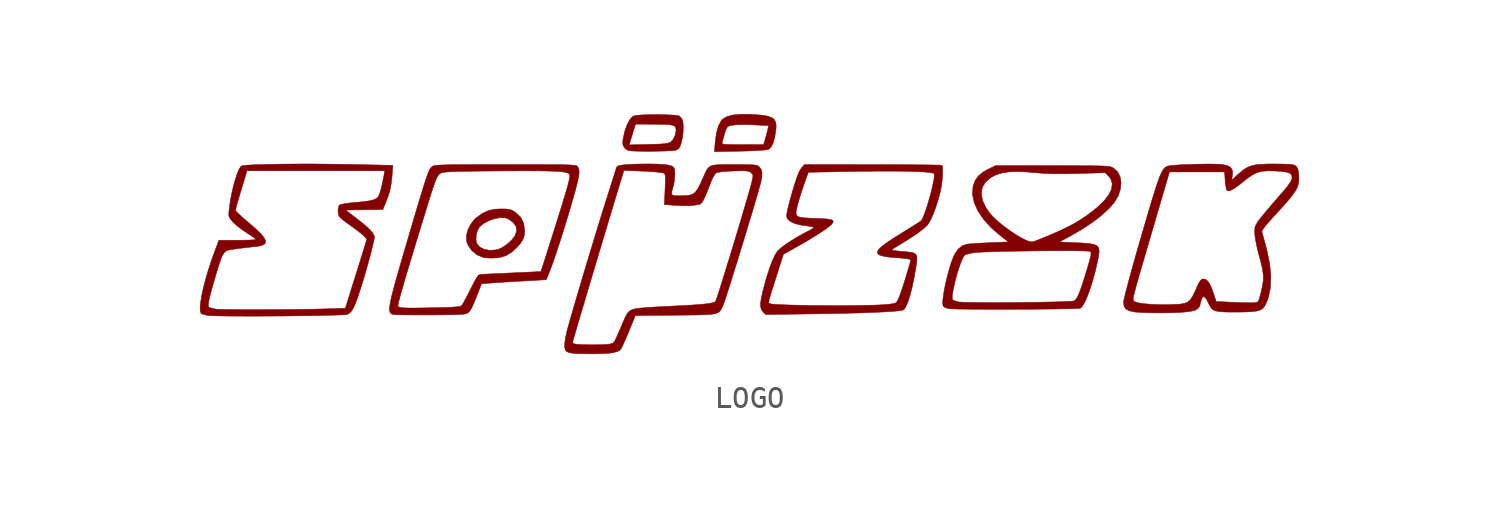
<source format=kicad_sym>
(kicad_symbol_lib
  (version 20210619)
  (generator bitmap2component)
  (symbol "LOGO"
    (pin_names
      (offset 1.016))
    (property "Reference" "#G"
      (at 0 6.457 0)
      (effects (font (size 1.27 1.27)) hide))
    (symbol "LOGO_0_0"
      (polyline (pts (xy -6.611 -6.019) (xy -6.338 -6.006) (xy -6.136 -5.987) (xy -6.021 -5.967) (xy -5.833 -5.913) (xy -5.728 -5.839) (xy -5.711 -5.814) (xy -5.65 -5.699) (xy -5.565 -5.518) (xy -5.465 -5.291) (xy -5.358 -5.037) (xy -5.07 -4.335) (xy -3.295 -4.318) (xy -3.138 -4.316) (xy -2.678 -4.312) (xy -2.306 -4.307) (xy -2.01 -4.299) (xy -1.781 -4.285) (xy -1.609 -4.264) (xy -1.482 -4.233) (xy -1.391 -4.189) (xy -1.326 -4.131) (xy -1.276 -4.057) (xy -1.232 -3.963) (xy -1.181 -3.848) (xy -1.169 -3.818) (xy -1.122 -3.684) (xy -1.051 -3.469) (xy -0.959 -3.185) (xy -0.851 -2.844) (xy -0.73 -2.457) (xy -0.598 -2.035) (xy -0.461 -1.59) (xy -0.321 -1.133) (xy -0.182 -0.676) (xy -0.047 -0.23) (xy 0.08 0.193) (xy 0.196 0.583) (xy 0.297 0.926) (xy 0.38 1.214) (xy 0.441 1.432) (xy 0.477 1.571) (xy 0.517 1.778) (xy 0.526 1.98) (xy 0.485 2.13) (xy 0.393 2.247) (xy 0.357 2.274) (xy 0.301 2.299) (xy 0.215 2.316) (xy 0.086 2.328) (xy -0.101 2.335) (xy -0.359 2.338) (xy -0.704 2.339) (xy -0.902 2.339) (xy -1.217 2.337) (xy -1.453 2.329) (xy -1.627 2.307) (xy -1.751 2.267) (xy -1.842 2.201) (xy -1.913 2.105) (xy -1.98 1.972) (xy -2.058 1.796) (xy -2.083 1.738) (xy -2.211 1.457) (xy -2.318 1.254) (xy -2.421 1.115) (xy -2.535 1.029) (xy -2.677 0.983) (xy -2.862 0.964) (xy -3.106 0.959) (xy -3.134 0.958) (xy -3.322 0.961) (xy -3.429 0.986) (xy -3.468 1.052) (xy -3.453 1.176) (xy -3.394 1.379) (xy -3.365 1.496) (xy -3.334 1.706) (xy -3.322 1.915) (xy -3.33 2.091) (xy -3.362 2.201) (xy -3.365 2.206) (xy -3.441 2.266) (xy -3.582 2.311) (xy -3.795 2.341) (xy -4.09 2.358) (xy -4.476 2.364) (xy -4.904 2.36) (xy -5.267 2.349) (xy -5.542 2.33) (xy -5.735 2.303) (xy -5.852 2.266) (xy -5.9 2.219) (xy -5.903 2.207) (xy -5.932 2.113) (xy -5.987 1.939) (xy -6.063 1.699) (xy -6.156 1.404) (xy -6.262 1.069) (xy -6.378 0.704) (xy -6.435 0.524) (xy -6.583 0.049) (xy -6.748 -0.484) (xy -6.923 -1.059) (xy -7.105 -1.658) (xy -7.287 -2.264) (xy -7.465 -2.86) (xy -7.634 -3.429) (xy -7.788 -3.953) (xy -7.922 -4.416) (xy -8.031 -4.8) (xy -8.084 -4.997) (xy -8.159 -5.334) (xy -8.184 -5.525) (xy -7.846 -5.525) (xy -7.842 -5.509) (xy -7.814 -5.408) (xy -7.761 -5.225) (xy -7.686 -4.968) (xy -7.591 -4.646) (xy -7.48 -4.27) (xy -7.354 -3.846) (xy -7.217 -3.385) (xy -7.072 -2.896) (xy -6.92 -2.387) (xy -6.765 -1.868) (xy -6.609 -1.347) (xy -6.455 -0.834) (xy -6.306 -0.338) (xy -6.165 0.133) (xy -6.033 0.569) (xy -5.915 0.962) (xy -5.812 1.301) (xy -5.727 1.579) (xy -5.574 2.078) (xy -4.746 2.045) (xy -4.557 2.036) (xy -4.289 2.02) (xy -4.065 2) (xy -3.903 1.98) (xy -3.822 1.961) (xy -3.788 1.938) (xy -3.761 1.897) (xy -3.746 1.823) (xy -3.741 1.701) (xy -3.745 1.512) (xy -3.757 1.239) (xy -3.787 0.568) (xy -3.256 0.532) (xy -3.221 0.53) (xy -2.925 0.516) (xy -2.687 0.518) (xy -2.47 0.539) (xy -2.235 0.58) (xy -2.199 0.594) (xy -2.137 0.65) (xy -2.068 0.757) (xy -1.986 0.926) (xy -1.884 1.169) (xy -1.758 1.496) (xy -1.673 1.703) (xy -1.576 1.883) (xy -1.493 1.972) (xy -1.403 1.997) (xy -1.231 2.021) (xy -0.999 2.04) (xy -0.729 2.053) (xy -0.595 2.057) (xy -0.361 2.061) (xy -0.199 2.057) (xy -0.092 2.043) (xy -0.019 2.018) (xy 0.038 1.98) (xy 0.051 1.968) (xy 0.105 1.914) (xy 0.126 1.851) (xy 0.116 1.752) (xy 0.078 1.584) (xy 0.05 1.473) (xy -0.009 1.259) (xy -0.088 0.98) (xy -0.184 0.647) (xy -0.295 0.271) (xy -0.416 -0.138) (xy -0.545 -0.569) (xy -0.678 -1.011) (xy -0.812 -1.454) (xy -0.945 -1.886) (xy -1.071 -2.296) (xy -1.189 -2.675) (xy -1.294 -3.012) (xy -1.385 -3.294) (xy -1.456 -3.513) (xy -1.506 -3.656) (xy -1.531 -3.714) (xy -1.546 -3.726) (xy -1.625 -3.76) (xy -1.764 -3.791) (xy -1.968 -3.819) (xy -2.245 -3.845) (xy -2.601 -3.871) (xy -3.044 -3.896) (xy -3.581 -3.922) (xy -3.764 -3.93) (xy -4.11 -3.949) (xy -4.429 -3.969) (xy -4.703 -3.99) (xy -4.912 -4.009) (xy -5.039 -4.025) (xy -5.196 -4.064) (xy -5.318 -4.126) (xy -5.417 -4.228) (xy -5.509 -4.389) (xy -5.614 -4.627) (xy -5.682 -4.791) (xy -5.789 -5.04) (xy -5.886 -5.261) (xy -5.919 -5.336) (xy -5.987 -5.469) (xy -6.05 -5.543) (xy -6.133 -5.579) (xy -6.263 -5.601) (xy -6.343 -5.609) (xy -6.544 -5.619) (xy -6.796 -5.624) (xy -7.069 -5.625) (xy -7.332 -5.62) (xy -7.555 -5.611) (xy -7.708 -5.597) (xy -7.803 -5.569) (xy -7.846 -5.525) (xy -8.184 -5.525) (xy -8.193 -5.592) (xy -8.185 -5.777) (xy -8.136 -5.898) (xy -8.122 -5.912) (xy -8.011 -5.968) (xy -7.846 -5.999) (xy -7.839 -6) (xy -7.569 -6.016) (xy -7.255 -6.024) (xy -6.926 -6.025) (xy -6.611 -6.019)) (stroke (width 0.01)) (fill (type outline)))
      (polyline (pts (xy -21.761 -4.359) (xy -21.281 -4.357) (xy -20.792 -4.354) (xy -20.305 -4.35) (xy -19.83 -4.344) (xy -19.38 -4.338) (xy -18.965 -4.331) (xy -18.595 -4.322) (xy -18.282 -4.313) (xy -18.036 -4.303) (xy -17.87 -4.293) (xy -17.793 -4.282) (xy -17.702 -4.231) (xy -17.616 -4.144) (xy -17.531 -4.009) (xy -17.442 -3.814) (xy -17.341 -3.547) (xy -17.223 -3.194) (xy -17.165 -3.013) (xy -17.068 -2.696) (xy -16.97 -2.36) (xy -16.875 -2.022) (xy -16.787 -1.697) (xy -16.711 -1.403) (xy -16.652 -1.157) (xy -16.612 -0.973) (xy -16.598 -0.869) (xy -16.611 -0.8) (xy -16.689 -0.665) (xy -16.841 -0.496) (xy -17.073 -0.29) (xy -17.388 -0.04) (xy -17.87 0.327) (xy -17.045 0.341) (xy -16.221 0.354) (xy -16.085 0.693) (xy -16.051 0.777) (xy -15.954 1.047) (xy -15.889 1.291) (xy -15.846 1.55) (xy -15.815 1.868) (xy -15.78 2.302) (xy -17.359 2.338) (xy -17.557 2.342) (xy -18.118 2.352) (xy -18.683 2.358) (xy -19.243 2.362) (xy -19.788 2.362) (xy -20.308 2.36) (xy -20.795 2.355) (xy -21.238 2.347) (xy -21.628 2.337) (xy -21.956 2.325) (xy -22.212 2.31) (xy -22.386 2.294) (xy -22.469 2.275) (xy -22.508 2.239) (xy -22.586 2.106) (xy -22.671 1.9) (xy -22.756 1.636) (xy -22.838 1.332) (xy -22.912 1.004) (xy -22.972 0.67) (xy -23.014 0.346) (xy -23.022 0.268) (xy -23.03 0.121) (xy -23.011 0.019) (xy -22.954 -0.075) (xy -22.845 -0.201) (xy -22.807 -0.241) (xy -22.648 -0.383) (xy -22.446 -0.538) (xy -22.237 -0.679) (xy -22.134 -0.744) (xy -21.978 -0.848) (xy -21.87 -0.927) (xy -21.83 -0.968) (xy -21.852 -0.977) (xy -21.959 -0.989) (xy -22.138 -0.998) (xy -22.373 -1.004) (xy -22.648 -1.006) (xy -23.466 -1.006) (xy -23.678 -1.572) (xy -23.795 -1.898) (xy -23.935 -2.324) (xy -24.055 -2.735) (xy -24.154 -3.119) (xy -24.229 -3.466) (xy -24.277 -3.764) (xy -24.288 -3.891) (xy -23.938 -3.891) (xy -23.925 -3.757) (xy -23.915 -3.7) (xy -23.874 -3.518) (xy -23.811 -3.274) (xy -23.733 -2.99) (xy -23.646 -2.687) (xy -23.558 -2.39) (xy -23.473 -2.119) (xy -23.399 -1.897) (xy -23.343 -1.747) (xy -23.319 -1.696) (xy -23.223 -1.544) (xy -23.125 -1.464) (xy -23.05 -1.443) (xy -22.878 -1.412) (xy -22.618 -1.375) (xy -22.265 -1.331) (xy -21.816 -1.281) (xy -21.668 -1.26) (xy -21.503 -1.21) (xy -21.415 -1.135) (xy -21.404 -1.03) (xy -21.472 -0.891) (xy -21.62 -0.713) (xy -21.851 -0.491) (xy -22.165 -0.22) (xy -22.255 -0.144) (xy -22.444 0.02) (xy -22.596 0.161) (xy -22.697 0.263) (xy -22.734 0.316) (xy -22.726 0.358) (xy -22.695 0.483) (xy -22.645 0.665) (xy -22.581 0.88) (xy -22.547 0.996) (xy -22.466 1.263) (xy -22.389 1.52) (xy -22.328 1.723) (xy -22.227 2.062) (xy -16.141 2.062) (xy -16.173 1.873) (xy -16.187 1.795) (xy -16.247 1.498) (xy -16.309 1.24) (xy -16.37 1.04) (xy -16.424 0.92) (xy -16.453 0.883) (xy -16.537 0.821) (xy -16.667 0.77) (xy -16.856 0.729) (xy -17.118 0.694) (xy -17.467 0.662) (xy -17.692 0.639) (xy -17.902 0.61) (xy -18.056 0.58) (xy -18.134 0.552) (xy -18.175 0.488) (xy -18.204 0.348) (xy -18.198 0.188) (xy -18.157 0.049) (xy -18.121 0.007) (xy -18.012 -0.089) (xy -17.854 -0.213) (xy -17.666 -0.347) (xy -17.541 -0.434) (xy -17.346 -0.579) (xy -17.183 -0.708) (xy -17.078 -0.803) (xy -16.93 -0.957) (xy -17.033 -1.296) (xy -17.056 -1.371) (xy -17.115 -1.564) (xy -17.196 -1.824) (xy -17.292 -2.133) (xy -17.398 -2.471) (xy -17.508 -2.822) (xy -17.881 -4.008) (xy -18.857 -4.041) (xy -18.998 -4.045) (xy -19.277 -4.051) (xy -19.611 -4.056) (xy -19.99 -4.061) (xy -20.401 -4.064) (xy -20.832 -4.067) (xy -21.27 -4.069) (xy -21.704 -4.07) (xy -22.122 -4.07) (xy -22.512 -4.069) (xy -22.861 -4.067) (xy -23.159 -4.064) (xy -23.391 -4.06) (xy -23.547 -4.055) (xy -23.614 -4.049) (xy -23.688 -4.029) (xy -23.81 -4) (xy -23.852 -3.99) (xy -23.919 -3.958) (xy -23.938 -3.891) (xy -24.288 -3.891) (xy -24.297 -4.002) (xy -24.285 -4.168) (xy -24.241 -4.252) (xy -24.214 -4.264) (xy -24.103 -4.295) (xy -23.951 -4.328) (xy -23.948 -4.328) (xy -23.838 -4.338) (xy -23.642 -4.346) (xy -23.372 -4.351) (xy -23.037 -4.356) (xy -22.65 -4.358) (xy -22.221 -4.359) (xy -21.761 -4.359)) (stroke (width 0.01)) (fill (type outline)))
      (polyline (pts (xy -14.056 -4.306) (xy -14.008 -4.306) (xy -13.588 -4.304) (xy -13.257 -4.3) (xy -13.002 -4.295) (xy -12.812 -4.286) (xy -12.674 -4.275) (xy -12.578 -4.26) (xy -12.511 -4.239) (xy -12.463 -4.214) (xy -12.391 -4.144) (xy -12.31 -4.015) (xy -12.214 -3.814) (xy -12.098 -3.529) (xy -11.864 -2.93) (xy -11.502 -2.901) (xy -11.483 -2.899) (xy -11.308 -2.886) (xy -11.057 -2.87) (xy -10.753 -2.85) (xy -10.418 -2.83) (xy -10.073 -2.81) (xy -9.005 -2.749) (xy -8.86 -2.393) (xy -8.792 -2.22) (xy -8.69 -1.937) (xy -8.574 -1.598) (xy -8.448 -1.216) (xy -8.316 -0.805) (xy -8.183 -0.38) (xy -8.053 0.047) (xy -7.929 0.461) (xy -7.817 0.849) (xy -7.72 1.197) (xy -7.643 1.49) (xy -7.59 1.716) (xy -7.564 1.861) (xy -7.555 1.978) (xy -7.565 2.134) (xy -7.612 2.238) (xy -7.618 2.246) (xy -7.637 2.265) (xy -7.666 2.282) (xy -7.713 2.296) (xy -7.785 2.307) (xy -7.889 2.316) (xy -8.033 2.324) (xy -8.225 2.329) (xy -8.472 2.333) (xy -8.781 2.336) (xy -9.162 2.337) (xy -9.62 2.338) (xy -10.163 2.339) (xy -10.8 2.339) (xy -10.883 2.339) (xy -11.514 2.338) (xy -12.053 2.338) (xy -12.507 2.336) (xy -12.884 2.334) (xy -13.191 2.33) (xy -13.437 2.325) (xy -13.629 2.318) (xy -13.774 2.31) (xy -13.879 2.3) (xy -13.953 2.288) (xy -14.003 2.274) (xy -14.037 2.257) (xy -14.059 2.241) (xy -14.094 2.208) (xy -14.13 2.16) (xy -14.169 2.09) (xy -14.213 1.989) (xy -14.266 1.851) (xy -14.329 1.669) (xy -14.405 1.434) (xy -14.496 1.14) (xy -14.606 0.779) (xy -14.736 0.344) (xy -14.889 -0.173) (xy -15.068 -0.78) (xy -15.134 -1.006) (xy -15.32 -1.637) (xy -15.478 -2.181) (xy -15.611 -2.643) (xy -15.719 -3.032) (xy -15.803 -3.353) (xy -15.865 -3.612) (xy -15.906 -3.818) (xy -15.918 -3.911) (xy -15.56 -3.911) (xy -15.55 -3.838) (xy -15.518 -3.698) (xy -15.463 -3.49) (xy -15.385 -3.21) (xy -15.282 -2.854) (xy -15.153 -2.42) (xy -14.998 -1.903) (xy -14.816 -1.3) (xy -14.605 -0.608) (xy -14.364 0.176) (xy -14.288 0.423) (xy -14.163 0.826) (xy -14.061 1.149) (xy -13.977 1.399) (xy -13.909 1.589) (xy -13.852 1.727) (xy -13.802 1.823) (xy -13.755 1.887) (xy -13.708 1.93) (xy -13.655 1.96) (xy -13.628 1.972) (xy -13.563 1.988) (xy -13.465 2.002) (xy -13.327 2.014) (xy -13.14 2.024) (xy -12.895 2.032) (xy -12.584 2.038) (xy -12.197 2.044) (xy -11.728 2.049) (xy -11.166 2.054) (xy -10.922 2.056) (xy -10.312 2.059) (xy -9.792 2.06) (xy -9.355 2.057) (xy -8.994 2.052) (xy -8.703 2.044) (xy -8.472 2.031) (xy -8.296 2.015) (xy -8.167 1.995) (xy -8.078 1.971) (xy -8.021 1.942) (xy -7.989 1.915) (xy -7.967 1.869) (xy -7.968 1.791) (xy -7.993 1.661) (xy -8.043 1.455) (xy -8.071 1.351) (xy -8.132 1.14) (xy -8.216 0.859) (xy -8.319 0.521) (xy -8.436 0.143) (xy -8.563 -0.262) (xy -8.694 -0.679) (xy -9.239 -2.389) (xy -10.466 -2.447) (xy -10.699 -2.458) (xy -11.035 -2.473) (xy -11.335 -2.487) (xy -11.583 -2.498) (xy -11.762 -2.506) (xy -11.857 -2.51) (xy -11.878 -2.511) (xy -11.94 -2.52) (xy -11.994 -2.55) (xy -12.051 -2.615) (xy -12.121 -2.728) (xy -12.215 -2.904) (xy -12.343 -3.156) (xy -12.383 -3.234) (xy -12.502 -3.465) (xy -12.607 -3.662) (xy -12.687 -3.806) (xy -12.733 -3.88) (xy -12.742 -3.888) (xy -12.781 -3.913) (xy -12.851 -3.932) (xy -12.962 -3.947) (xy -13.126 -3.96) (xy -13.356 -3.97) (xy -13.663 -3.979) (xy -14.058 -3.988) (xy -14.424 -3.995) (xy -14.766 -4) (xy -15.029 -4) (xy -15.224 -3.996) (xy -15.363 -3.987) (xy -15.457 -3.973) (xy -15.518 -3.952) (xy -15.558 -3.925) (xy -15.56 -3.911) (xy -15.918 -3.911) (xy -15.927 -3.975) (xy -15.929 -4.092) (xy -15.914 -4.174) (xy -15.883 -4.228) (xy -15.837 -4.261) (xy -15.776 -4.28) (xy -15.704 -4.291) (xy -15.693 -4.292) (xy -15.58 -4.297) (xy -15.383 -4.301) (xy -15.117 -4.305) (xy -14.798 -4.307) (xy -14.439 -4.307) (xy -14.056 -4.306)) (stroke (width 0.01)) (fill (type outline)))
      (polyline (pts (xy 2.917 -4.258) (xy 3.545 -4.248) (xy 4.173 -4.235) (xy 4.75 -4.22) (xy 5.269 -4.202) (xy 5.724 -4.183) (xy 6.107 -4.162) (xy 6.411 -4.14) (xy 6.629 -4.117) (xy 6.753 -4.094) (xy 6.807 -4.055) (xy 6.891 -3.92) (xy 6.98 -3.704) (xy 7.071 -3.418) (xy 7.159 -3.072) (xy 7.243 -2.678) (xy 7.319 -2.245) (xy 7.34 -2.104) (xy 7.369 -1.873) (xy 7.365 -1.716) (xy 7.314 -1.618) (xy 7.206 -1.561) (xy 7.026 -1.528) (xy 6.762 -1.504) (xy 6.631 -1.492) (xy 6.443 -1.472) (xy 6.31 -1.455) (xy 6.254 -1.442) (xy 6.256 -1.435) (xy 6.316 -1.386) (xy 6.436 -1.306) (xy 6.6 -1.206) (xy 6.768 -1.105) (xy 7.135 -0.874) (xy 7.441 -0.664) (xy 7.676 -0.483) (xy 7.83 -0.338) (xy 7.857 -0.304) (xy 7.966 -0.123) (xy 8.082 0.132) (xy 8.2 0.443) (xy 8.311 0.789) (xy 8.407 1.151) (xy 8.415 1.185) (xy 8.454 1.401) (xy 8.484 1.637) (xy 8.502 1.869) (xy 8.508 2.074) (xy 8.5 2.227) (xy 8.476 2.304) (xy 8.423 2.309) (xy 8.277 2.314) (xy 8.049 2.319) (xy 7.746 2.323) (xy 7.378 2.327) (xy 6.953 2.33) (xy 6.481 2.333) (xy 5.969 2.335) (xy 5.427 2.336) (xy 2.406 2.339) (xy 2.269 2.185) (xy 2.233 2.138) (xy 2.163 2.012) (xy 2.086 1.823) (xy 1.996 1.56) (xy 1.889 1.212) (xy 1.833 1.02) (xy 1.756 0.741) (xy 1.691 0.493) (xy 1.645 0.298) (xy 1.622 0.178) (xy 1.615 0.034) (xy 1.648 -0.059) (xy 1.736 -0.143) (xy 1.812 -0.195) (xy 1.984 -0.272) (xy 2.216 -0.331) (xy 2.527 -0.376) (xy 2.653 -0.395) (xy 2.771 -0.421) (xy 2.817 -0.446) (xy 2.816 -0.449) (xy 2.762 -0.492) (xy 2.643 -0.563) (xy 2.481 -0.647) (xy 2.372 -0.702) (xy 2.089 -0.859) (xy 1.81 -1.03) (xy 1.557 -1.2) (xy 1.352 -1.355) (xy 1.216 -1.481) (xy 1.203 -1.496) (xy 1.095 -1.669) (xy 0.976 -1.929) (xy 0.851 -2.263) (xy 0.724 -2.66) (xy 0.6 -3.109) (xy 0.548 -3.317) (xy 0.488 -3.594) (xy 0.468 -3.742) (xy 0.822 -3.742) (xy 0.831 -3.683) (xy 0.854 -3.587) (xy 0.897 -3.44) (xy 0.961 -3.232) (xy 1.05 -2.952) (xy 1.166 -2.587) (xy 1.47 -1.628) (xy 2.106 -1.271) (xy 2.346 -1.134) (xy 2.709 -0.92) (xy 3.026 -0.723) (xy 3.285 -0.552) (xy 3.477 -0.412) (xy 3.59 -0.311) (xy 3.627 -0.267) (xy 3.669 -0.193) (xy 3.658 -0.138) (xy 3.585 -0.099) (xy 3.439 -0.072) (xy 3.211 -0.053) (xy 2.893 -0.04) (xy 2.733 -0.034) (xy 2.448 -0.02) (xy 2.247 0.001) (xy 2.117 0.039) (xy 2.048 0.101) (xy 2.027 0.196) (xy 2.044 0.33) (xy 2.086 0.512) (xy 2.121 0.647) (xy 2.194 0.894) (xy 2.282 1.171) (xy 2.372 1.438) (xy 2.57 1.996) (xy 4.518 2.031) (xy 5.065 2.04) (xy 5.747 2.046) (xy 6.35 2.046) (xy 6.871 2.041) (xy 7.306 2.029) (xy 7.653 2.012) (xy 7.909 1.989) (xy 8.07 1.961) (xy 8.134 1.927) (xy 8.134 1.925) (xy 8.139 1.824) (xy 8.115 1.648) (xy 8.068 1.416) (xy 8.003 1.147) (xy 7.926 0.862) (xy 7.843 0.578) (xy 7.758 0.316) (xy 7.677 0.094) (xy 7.605 -0.068) (xy 7.548 -0.151) (xy 7.501 -0.184) (xy 7.373 -0.267) (xy 7.189 -0.384) (xy 6.963 -0.525) (xy 6.713 -0.679) (xy 6.433 -0.853) (xy 6.098 -1.072) (xy 5.852 -1.252) (xy 5.693 -1.398) (xy 5.622 -1.513) (xy 5.637 -1.603) (xy 5.738 -1.671) (xy 5.925 -1.721) (xy 6.196 -1.758) (xy 6.551 -1.786) (xy 6.68 -1.795) (xy 6.903 -1.819) (xy 7.043 -1.846) (xy 7.092 -1.876) (xy 7.089 -1.896) (xy 7.065 -1.999) (xy 7.021 -2.163) (xy 6.963 -2.361) (xy 6.863 -2.692) (xy 6.742 -3.075) (xy 6.641 -3.369) (xy 6.559 -3.579) (xy 6.494 -3.711) (xy 6.444 -3.769) (xy 6.38 -3.791) (xy 6.235 -3.82) (xy 6.058 -3.843) (xy 5.979 -3.849) (xy 5.731 -3.863) (xy 5.419 -3.874) (xy 5.054 -3.882) (xy 4.648 -3.888) (xy 4.213 -3.892) (xy 3.762 -3.893) (xy 3.305 -3.891) (xy 2.854 -3.887) (xy 2.421 -3.881) (xy 2.018 -3.873) (xy 1.657 -3.864) (xy 1.35 -3.852) (xy 1.107 -3.838) (xy 0.942 -3.822) (xy 0.866 -3.805) (xy 0.865 -3.805) (xy 0.842 -3.791) (xy 0.827 -3.774) (xy 0.822 -3.742) (xy 0.468 -3.742) (xy 0.46 -3.802) (xy 0.464 -3.955) (xy 0.5 -4.071) (xy 0.566 -4.165) (xy 0.679 -4.288) (xy 2.917 -4.258)) (stroke (width 0.01)) (fill (type outline)))
      (polyline (pts (xy 18.305 -4.215) (xy 18.66 -4.208) (xy 18.978 -4.196) (xy 19.232 -4.176) (xy 19.472 -4.144) (xy 19.663 -4.096) (xy 19.787 -4.023) (xy 19.86 -3.917) (xy 19.899 -3.765) (xy 19.905 -3.736) (xy 19.945 -3.601) (xy 19.996 -3.518) (xy 20.038 -3.501) (xy 20.101 -3.536) (xy 20.177 -3.647) (xy 20.276 -3.843) (xy 20.286 -3.863) (xy 20.347 -3.974) (xy 20.419 -4.055) (xy 20.517 -4.112) (xy 20.656 -4.149) (xy 20.851 -4.17) (xy 21.116 -4.179) (xy 21.467 -4.18) (xy 21.524 -4.18) (xy 21.886 -4.175) (xy 22.163 -4.162) (xy 22.37 -4.136) (xy 22.521 -4.095) (xy 22.629 -4.034) (xy 22.709 -3.95) (xy 22.775 -3.839) (xy 22.886 -3.568) (xy 22.984 -3.117) (xy 23.006 -2.605) (xy 22.951 -2.034) (xy 22.819 -1.408) (xy 22.8 -1.336) (xy 22.734 -1.089) (xy 22.677 -0.878) (xy 22.633 -0.723) (xy 22.609 -0.646) (xy 22.609 -0.612) (xy 22.653 -0.524) (xy 22.754 -0.388) (xy 22.916 -0.196) (xy 23.146 0.059) (xy 23.421 0.36) (xy 23.671 0.64) (xy 23.865 0.868) (xy 24.01 1.055) (xy 24.113 1.212) (xy 24.18 1.35) (xy 24.22 1.479) (xy 24.238 1.61) (xy 24.243 1.756) (xy 24.233 1.973) (xy 24.19 2.162) (xy 24.107 2.278) (xy 23.98 2.334) (xy 23.96 2.337) (xy 23.832 2.347) (xy 23.632 2.356) (xy 23.386 2.362) (xy 23.114 2.364) (xy 22.898 2.363) (xy 22.573 2.351) (xy 22.316 2.323) (xy 22.11 2.273) (xy 21.933 2.195) (xy 21.765 2.084) (xy 21.587 1.933) (xy 21.276 1.652) (xy 21.307 1.876) (xy 21.311 1.909) (xy 21.303 2.088) (xy 21.229 2.212) (xy 21.079 2.293) (xy 20.841 2.342) (xy 20.694 2.353) (xy 20.47 2.36) (xy 20.196 2.361) (xy 19.89 2.357) (xy 19.571 2.349) (xy 19.258 2.338) (xy 18.971 2.324) (xy 18.727 2.307) (xy 18.546 2.289) (xy 18.446 2.269) (xy 18.4 2.249) (xy 18.345 2.216) (xy 18.291 2.168) (xy 18.238 2.099) (xy 18.183 2.002) (xy 18.122 1.869) (xy 18.053 1.695) (xy 17.975 1.471) (xy 17.884 1.192) (xy 17.778 0.85) (xy 17.654 0.439) (xy 17.51 -0.048) (xy 17.343 -0.618) (xy 17.152 -1.278) (xy 17.059 -1.599) (xy 16.925 -2.072) (xy 16.805 -2.505) (xy 16.701 -2.89) (xy 16.616 -3.216) (xy 16.552 -3.474) (xy 16.518 -3.622) (xy 16.923 -3.622) (xy 16.927 -3.568) (xy 16.94 -3.487) (xy 16.966 -3.373) (xy 17.005 -3.218) (xy 17.059 -3.016) (xy 17.131 -2.76) (xy 17.222 -2.442) (xy 17.334 -2.055) (xy 17.469 -1.593) (xy 17.629 -1.049) (xy 17.815 -0.415) (xy 18.527 2.012) (xy 20.961 2.012) (xy 20.985 1.632) (xy 20.987 1.604) (xy 21.008 1.416) (xy 21.037 1.27) (xy 21.068 1.194) (xy 21.128 1.17) (xy 21.23 1.195) (xy 21.379 1.278) (xy 21.582 1.422) (xy 21.849 1.632) (xy 21.98 1.736) (xy 22.199 1.887) (xy 22.401 1.985) (xy 22.616 2.04) (xy 22.873 2.059) (xy 23.2 2.052) (xy 23.221 2.051) (xy 23.514 2.031) (xy 23.72 1.998) (xy 23.851 1.948) (xy 23.921 1.877) (xy 23.941 1.779) (xy 23.941 1.764) (xy 23.93 1.694) (xy 23.898 1.612) (xy 23.836 1.51) (xy 23.738 1.376) (xy 23.594 1.2) (xy 23.398 0.972) (xy 23.142 0.679) (xy 23.007 0.523) (xy 22.811 0.293) (xy 22.638 0.084) (xy 22.503 -0.087) (xy 22.42 -0.201) (xy 22.407 -0.222) (xy 22.334 -0.346) (xy 22.298 -0.455) (xy 22.289 -0.586) (xy 22.299 -0.78) (xy 22.322 -0.953) (xy 22.369 -1.202) (xy 22.432 -1.482) (xy 22.505 -1.758) (xy 22.565 -1.975) (xy 22.635 -2.281) (xy 22.669 -2.539) (xy 22.669 -2.779) (xy 22.634 -3.03) (xy 22.567 -3.32) (xy 22.56 -3.348) (xy 22.507 -3.543) (xy 22.466 -3.662) (xy 22.423 -3.725) (xy 22.365 -3.753) (xy 22.281 -3.764) (xy 22.247 -3.767) (xy 22.101 -3.769) (xy 21.887 -3.766) (xy 21.628 -3.758) (xy 21.347 -3.747) (xy 20.588 -3.712) (xy 20.48 -3.378) (xy 20.477 -3.371) (xy 20.368 -3.074) (xy 20.263 -2.871) (xy 20.157 -2.754) (xy 20.046 -2.716) (xy 20.007 -2.718) (xy 19.947 -2.737) (xy 19.892 -2.789) (xy 19.829 -2.889) (xy 19.75 -3.051) (xy 19.643 -3.292) (xy 19.543 -3.496) (xy 19.439 -3.644) (xy 19.325 -3.737) (xy 19.28 -3.761) (xy 19.174 -3.798) (xy 19.03 -3.823) (xy 18.828 -3.839) (xy 18.546 -3.85) (xy 18.458 -3.852) (xy 18.107 -3.851) (xy 17.775 -3.839) (xy 17.478 -3.817) (xy 17.232 -3.786) (xy 17.054 -3.747) (xy 16.96 -3.703) (xy 16.955 -3.698) (xy 16.939 -3.68) (xy 16.928 -3.658) (xy 16.923 -3.622) (xy 16.518 -3.622) (xy 16.511 -3.654) (xy 16.497 -3.748) (xy 16.519 -3.917) (xy 16.599 -4.044) (xy 16.75 -4.126) (xy 16.986 -4.175) (xy 17.032 -4.18) (xy 17.275 -4.198) (xy 17.586 -4.21) (xy 17.938 -4.216) (xy 18.305 -4.215)) (stroke (width 0.01)) (fill (type outline)))
      (polyline (pts (xy 11.239 -4.058) (xy 11.71 -4.057) (xy 12.181 -4.055) (xy 12.64 -4.052) (xy 13.076 -4.048) (xy 13.479 -4.043) (xy 13.835 -4.038) (xy 14.136 -4.032) (xy 14.37 -4.025) (xy 14.525 -4.017) (xy 14.591 -4.009) (xy 14.605 -4) (xy 14.696 -3.897) (xy 14.799 -3.71) (xy 14.911 -3.452) (xy 15.026 -3.136) (xy 15.139 -2.775) (xy 15.246 -2.382) (xy 15.342 -1.969) (xy 15.358 -1.895) (xy 15.403 -1.656) (xy 15.42 -1.476) (xy 15.398 -1.344) (xy 15.326 -1.252) (xy 15.194 -1.192) (xy 14.993 -1.154) (xy 14.712 -1.13) (xy 14.34 -1.112) (xy 13.666 -1.081) (xy 14.164 -0.81) (xy 14.635 -0.538) (xy 15.108 -0.227) (xy 15.514 0.083) (xy 15.846 0.386) (xy 16.097 0.676) (xy 16.258 0.947) (xy 16.354 1.233) (xy 16.387 1.533) (xy 16.345 1.801) (xy 16.23 2.024) (xy 16.045 2.186) (xy 16.008 2.206) (xy 15.962 2.226) (xy 15.903 2.242) (xy 15.822 2.256) (xy 15.712 2.266) (xy 15.562 2.274) (xy 15.365 2.28) (xy 15.111 2.284) (xy 14.791 2.286) (xy 14.398 2.288) (xy 13.921 2.288) (xy 13.353 2.288) (xy 10.837 2.288) (xy 10.499 2.122) (xy 10.324 2.027) (xy 10.101 1.854) (xy 9.95 1.65) (xy 9.855 1.393) (xy 9.843 1.336) (xy 9.829 1.037) (xy 10.214 1.037) (xy 10.25 1.303) (xy 10.378 1.538) (xy 10.6 1.739) (xy 10.644 1.768) (xy 10.864 1.883) (xy 11.116 1.963) (xy 11.412 2.01) (xy 11.767 2.026) (xy 12.191 2.012) (xy 12.7 1.969) (xy 13.014 1.945) (xy 13.425 1.931) (xy 13.915 1.93) (xy 14.494 1.942) (xy 15.685 1.977) (xy 15.84 1.822) (xy 15.93 1.707) (xy 15.997 1.501) (xy 15.971 1.27) (xy 15.853 1.016) (xy 15.645 0.743) (xy 15.348 0.454) (xy 14.965 0.152) (xy 14.917 0.118) (xy 14.629 -0.078) (xy 14.344 -0.252) (xy 14.035 -0.417) (xy 13.68 -0.586) (xy 13.253 -0.773) (xy 13.183 -0.802) (xy 12.941 -0.903) (xy 12.727 -0.988) (xy 12.565 -1.05) (xy 12.474 -1.079) (xy 12.383 -1.075) (xy 12.214 -1.017) (xy 11.998 -0.911) (xy 11.752 -0.766) (xy 11.49 -0.593) (xy 11.229 -0.402) (xy 10.984 -0.205) (xy 10.771 -0.011) (xy 10.606 0.169) (xy 10.42 0.431) (xy 10.271 0.745) (xy 10.214 1.037) (xy 9.829 1.037) (xy 9.827 1) (xy 9.903 0.647) (xy 10.066 0.283) (xy 10.313 -0.083) (xy 10.638 -0.443) (xy 11.038 -0.79) (xy 11.416 -1.081) (xy 10.612 -1.113) (xy 10.463 -1.12) (xy 10.177 -1.134) (xy 9.92 -1.149) (xy 9.716 -1.165) (xy 9.59 -1.178) (xy 9.375 -1.249) (xy 9.183 -1.405) (xy 9.021 -1.649) (xy 8.885 -1.987) (xy 8.878 -2.008) (xy 8.757 -2.419) (xy 8.652 -2.841) (xy 8.571 -3.241) (xy 8.526 -3.55) (xy 8.925 -3.55) (xy 8.938 -3.394) (xy 8.974 -3.182) (xy 9.029 -2.93) (xy 9.098 -2.66) (xy 9.176 -2.388) (xy 9.258 -2.134) (xy 9.339 -1.916) (xy 9.413 -1.753) (xy 9.477 -1.663) (xy 9.477 -1.663) (xy 9.556 -1.63) (xy 9.704 -1.591) (xy 9.887 -1.557) (xy 9.926 -1.552) (xy 10.086 -1.539) (xy 10.322 -1.527) (xy 10.623 -1.516) (xy 10.977 -1.506) (xy 11.371 -1.496) (xy 11.794 -1.488) (xy 12.235 -1.482) (xy 12.681 -1.476) (xy 13.121 -1.473) (xy 13.543 -1.471) (xy 13.935 -1.47) (xy 14.285 -1.472) (xy 14.582 -1.476) (xy 14.814 -1.482) (xy 14.969 -1.49) (xy 15.034 -1.501) (xy 15.053 -1.524) (xy 15.062 -1.578) (xy 15.051 -1.675) (xy 15.016 -1.826) (xy 14.956 -2.045) (xy 14.867 -2.347) (xy 14.814 -2.521) (xy 14.698 -2.889) (xy 14.601 -3.173) (xy 14.519 -3.385) (xy 14.447 -3.534) (xy 14.38 -3.63) (xy 14.315 -3.684) (xy 14.291 -3.69) (xy 14.175 -3.702) (xy 13.975 -3.713) (xy 13.705 -3.723) (xy 13.376 -3.732) (xy 13 -3.74) (xy 12.589 -3.747) (xy 12.155 -3.752) (xy 11.711 -3.756) (xy 11.267 -3.759) (xy 10.836 -3.76) (xy 10.43 -3.759) (xy 10.06 -3.757) (xy 9.74 -3.752) (xy 9.479 -3.746) (xy 9.292 -3.737) (xy 9.189 -3.727) (xy 9.16 -3.72) (xy 9.026 -3.678) (xy 8.943 -3.632) (xy 8.943 -3.631) (xy 8.925 -3.55) (xy 8.526 -3.55) (xy 8.521 -3.582) (xy 8.511 -3.689) (xy 8.509 -3.841) (xy 8.542 -3.932) (xy 8.625 -3.985) (xy 8.772 -4.028) (xy 8.849 -4.035) (xy 9.015 -4.042) (xy 9.258 -4.047) (xy 9.567 -4.051) (xy 9.93 -4.055) (xy 10.337 -4.057) (xy 10.777 -4.058) (xy 11.239 -4.058)) (stroke (width 0.01)) (fill (type outline)))
      (polyline (pts (xy -4.348 2.924) (xy -4.055 2.928) (xy -3.78 2.934) (xy -3.546 2.944) (xy -3.371 2.957) (xy -3.277 2.972) (xy -3.243 2.985) (xy -3.156 3.04) (xy -3.095 3.135) (xy -3.039 3.3) (xy -3.035 3.315) (xy -2.983 3.566) (xy -2.955 3.837) (xy -2.954 4.09) (xy -2.981 4.286) (xy -3.033 4.39) (xy -3.131 4.483) (xy -3.169 4.495) (xy -3.307 4.516) (xy -3.515 4.53) (xy -3.77 4.54) (xy -4.053 4.544) (xy -4.342 4.543) (xy -4.616 4.537) (xy -4.856 4.525) (xy -5.039 4.508) (xy -5.146 4.485) (xy -5.211 4.442) (xy -5.327 4.3) (xy -5.437 4.089) (xy -5.53 3.829) (xy -5.598 3.539) (xy -5.615 3.435) (xy -5.628 3.29) (xy -5.616 3.207) (xy -5.342 3.207) (xy -5.307 3.326) (xy -5.276 3.43) (xy -5.225 3.595) (xy -5.167 3.785) (xy -5.06 4.124) (xy -4.303 4.119) (xy -4.03 4.117) (xy -3.755 4.109) (xy -3.557 4.095) (xy -3.423 4.072) (xy -3.34 4.037) (xy -3.296 3.989) (xy -3.277 3.923) (xy -3.273 3.832) (xy -3.311 3.636) (xy -3.394 3.456) (xy -3.506 3.333) (xy -3.543 3.312) (xy -3.626 3.284) (xy -3.746 3.263) (xy -3.92 3.247) (xy -4.163 3.236) (xy -4.49 3.227) (xy -5.342 3.207) (xy -5.616 3.207) (xy -5.613 3.19) (xy -5.568 3.102) (xy -5.481 3.01) (xy -5.37 2.953) (xy -5.31 2.945) (xy -5.142 2.934) (xy -4.912 2.927) (xy -4.641 2.924) (xy -4.348 2.924)) (stroke (width 0.01)) (fill (type outline)))
      (polyline (pts (xy -0.448 2.928) (xy -0.41 2.929) (xy -0.041 2.939) (xy 0.279 2.953) (xy 0.536 2.97) (xy 0.719 2.988) (xy 0.815 3.007) (xy 0.917 3.094) (xy 1.012 3.276) (xy 1.088 3.542) (xy 1.14 3.884) (xy 1.15 4.05) (xy 1.13 4.212) (xy 1.065 4.333) (xy 0.942 4.42) (xy 0.752 4.481) (xy 0.484 4.523) (xy 0.126 4.552) (xy 0.029 4.558) (xy -0.408 4.561) (xy -0.764 4.527) (xy -1.034 4.454) (xy -1.215 4.343) (xy -1.271 4.281) (xy -1.398 4.048) (xy -1.489 3.721) (xy -1.544 3.301) (xy -1.546 3.276) (xy -1.242 3.276) (xy -1.24 3.307) (xy -1.223 3.367) (xy -1.184 3.507) (xy -1.136 3.678) (xy -1.098 3.8) (xy -1.041 3.937) (xy -0.994 4.01) (xy -0.971 4.025) (xy -0.821 4.071) (xy -0.577 4.097) (xy -0.242 4.104) (xy 0.18 4.09) (xy 0.814 4.058) (xy 0.785 3.913) (xy 0.769 3.842) (xy 0.727 3.676) (xy 0.676 3.494) (xy 0.596 3.219) (xy -0.334 3.219) (xy -0.629 3.219) (xy -0.878 3.222) (xy -1.051 3.227) (xy -1.16 3.237) (xy -1.22 3.253) (xy -1.242 3.276) (xy -1.546 3.276) (xy -1.575 2.906) (xy -0.448 2.928)) (stroke (width 0.01)) (fill (type outline)))
      (polyline (pts (xy -11.284 -1.791) (xy -11.041 -1.765) (xy -10.77 -1.68) (xy -10.521 -1.524) (xy -10.269 -1.286) (xy -10.145 -1.142) (xy -10.031 -0.966) (xy -9.974 -0.789) (xy -9.959 -0.576) (xy -9.959 -0.557) (xy -10.006 -0.247) (xy -10.137 0.01) (xy -10.355 0.216) (xy -10.433 0.269) (xy -10.542 0.328) (xy -10.653 0.361) (xy -10.8 0.374) (xy -11.015 0.377) (xy -11.274 0.365) (xy -11.562 0.305) (xy -11.824 0.184) (xy -12.096 -0.013) (xy -12.182 -0.092) (xy -12.356 -0.318) (xy -12.479 -0.574) (xy -12.537 -0.833) (xy -12.526 -0.995) (xy -12.11 -0.995) (xy -12.099 -0.794) (xy -12.048 -0.591) (xy -11.963 -0.429) (xy -11.947 -0.41) (xy -11.771 -0.263) (xy -11.535 -0.139) (xy -11.27 -0.049) (xy -11.012 -0.005) (xy -10.793 -0.02) (xy -10.755 -0.033) (xy -10.624 -0.105) (xy -10.488 -0.207) (xy -10.456 -0.236) (xy -10.336 -0.405) (xy -10.313 -0.59) (xy -10.385 -0.801) (xy -10.404 -0.836) (xy -10.538 -1.003) (xy -10.723 -1.172) (xy -10.924 -1.314) (xy -11.106 -1.399) (xy -11.239 -1.432) (xy -11.514 -1.451) (xy -11.758 -1.404) (xy -11.953 -1.298) (xy -12.079 -1.136) (xy -12.11 -0.995) (xy -12.526 -0.995) (xy -12.521 -1.067) (xy -12.463 -1.22) (xy -12.297 -1.46) (xy -12.067 -1.649) (xy -11.795 -1.767) (xy -11.674 -1.784) (xy -11.489 -1.793) (xy -11.284 -1.791)) (stroke (width 0.01)) (fill (type outline))))))
</source>
